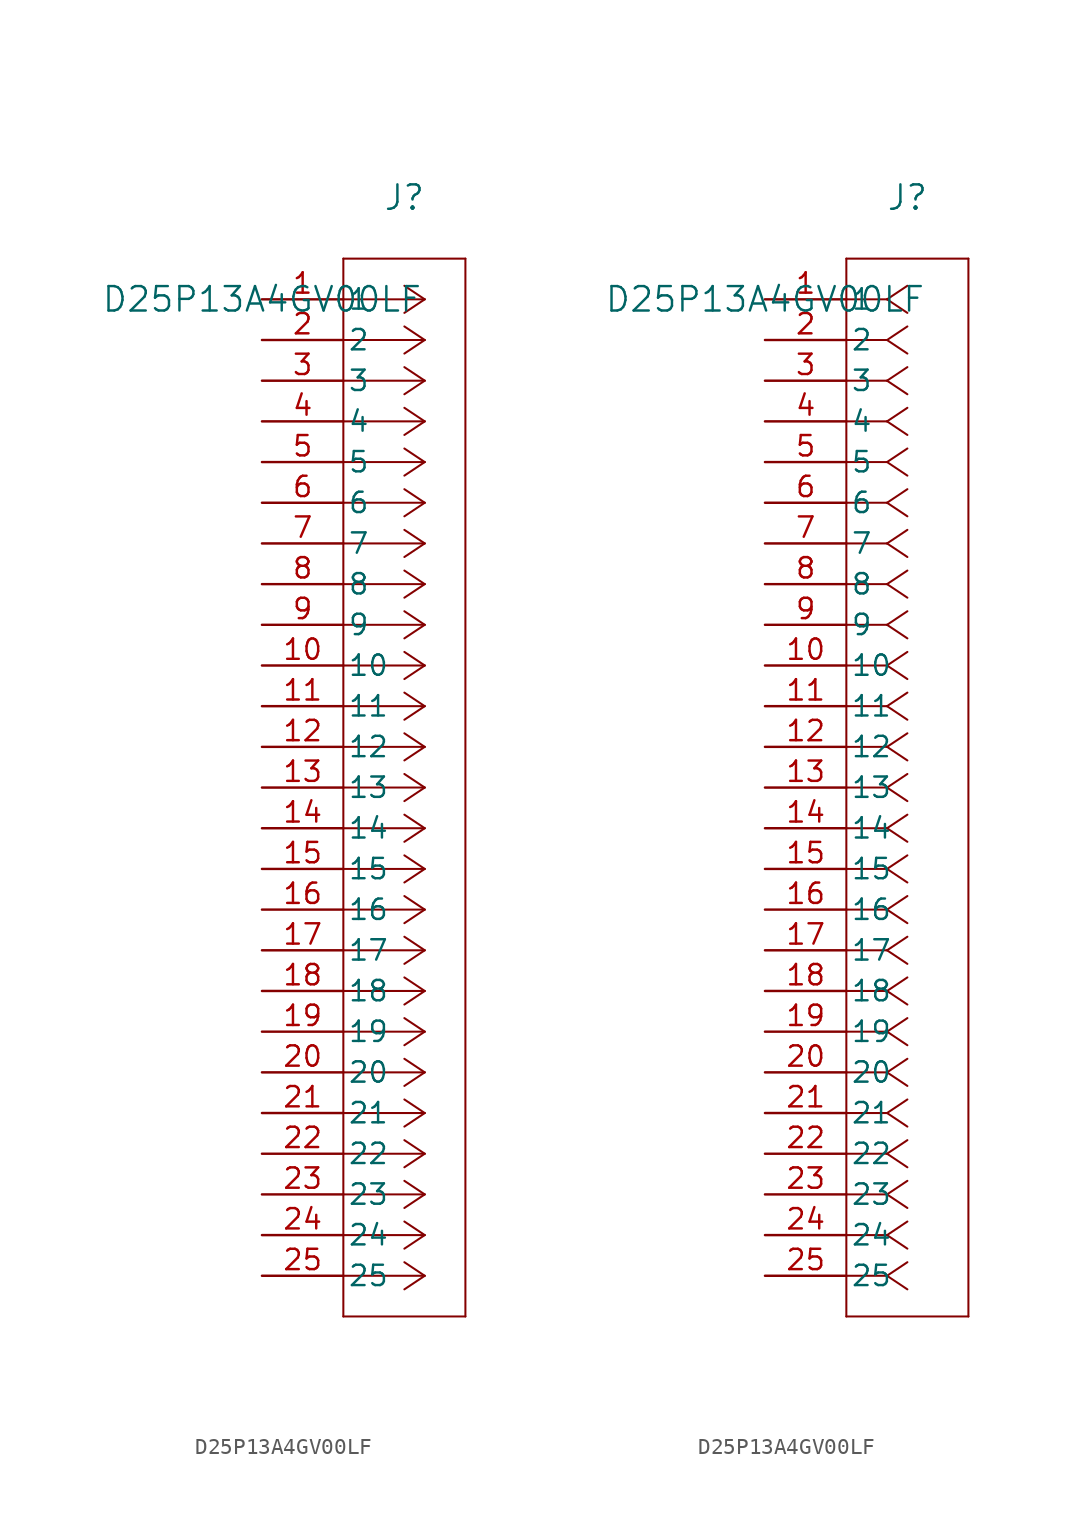
<source format=kicad_sym>
(kicad_symbol_lib
  (version 20211014)
  (generator kicad_symbol_editor)
  (symbol "D25P13A4GV00LF"
    (pin_names
      (offset 0.254))
    (property "Reference" "J"
      (at 8.89 6.35 0)
      (effects (font (size 1.524 1.524))))
    (property "Value" "D25P13A4GV00LF"
      (at 0 0 0)
      (effects (font (size 1.524 1.524))))
    (symbol "D25P13A4GV00LF_1_1"
      (polyline (pts (xy 10.16 0) (xy 5.08 0)) (stroke (width 0.127) (type default) (color 0 0 0 0)) (fill (type none)))
      (polyline (pts (xy 10.16 -2.54) (xy 5.08 -2.54)) (stroke (width 0.127) (type default) (color 0 0 0 0)) (fill (type none)))
      (polyline (pts (xy 10.16 -5.08) (xy 5.08 -5.08)) (stroke (width 0.127) (type default) (color 0 0 0 0)) (fill (type none)))
      (polyline (pts (xy 10.16 -7.62) (xy 5.08 -7.62)) (stroke (width 0.127) (type default) (color 0 0 0 0)) (fill (type none)))
      (polyline (pts (xy 10.16 -10.16) (xy 5.08 -10.16)) (stroke (width 0.127) (type default) (color 0 0 0 0)) (fill (type none)))
      (polyline (pts (xy 10.16 -12.7) (xy 5.08 -12.7)) (stroke (width 0.127) (type default) (color 0 0 0 0)) (fill (type none)))
      (polyline (pts (xy 10.16 -15.24) (xy 5.08 -15.24)) (stroke (width 0.127) (type default) (color 0 0 0 0)) (fill (type none)))
      (polyline (pts (xy 10.16 -17.78) (xy 5.08 -17.78)) (stroke (width 0.127) (type default) (color 0 0 0 0)) (fill (type none)))
      (polyline (pts (xy 10.16 -20.32) (xy 5.08 -20.32)) (stroke (width 0.127) (type default) (color 0 0 0 0)) (fill (type none)))
      (polyline (pts (xy 10.16 -22.86) (xy 5.08 -22.86)) (stroke (width 0.127) (type default) (color 0 0 0 0)) (fill (type none)))
      (polyline (pts (xy 10.16 -25.4) (xy 5.08 -25.4)) (stroke (width 0.127) (type default) (color 0 0 0 0)) (fill (type none)))
      (polyline (pts (xy 10.16 -27.94) (xy 5.08 -27.94)) (stroke (width 0.127) (type default) (color 0 0 0 0)) (fill (type none)))
      (polyline (pts (xy 10.16 -30.48) (xy 5.08 -30.48)) (stroke (width 0.127) (type default) (color 0 0 0 0)) (fill (type none)))
      (polyline (pts (xy 10.16 -33.02) (xy 5.08 -33.02)) (stroke (width 0.127) (type default) (color 0 0 0 0)) (fill (type none)))
      (polyline (pts (xy 10.16 -35.56) (xy 5.08 -35.56)) (stroke (width 0.127) (type default) (color 0 0 0 0)) (fill (type none)))
      (polyline (pts (xy 10.16 -38.1) (xy 5.08 -38.1)) (stroke (width 0.127) (type default) (color 0 0 0 0)) (fill (type none)))
      (polyline (pts (xy 10.16 -40.64) (xy 5.08 -40.64)) (stroke (width 0.127) (type default) (color 0 0 0 0)) (fill (type none)))
      (polyline (pts (xy 10.16 -43.18) (xy 5.08 -43.18)) (stroke (width 0.127) (type default) (color 0 0 0 0)) (fill (type none)))
      (polyline (pts (xy 10.16 -45.72) (xy 5.08 -45.72)) (stroke (width 0.127) (type default) (color 0 0 0 0)) (fill (type none)))
      (polyline (pts (xy 10.16 -48.26) (xy 5.08 -48.26)) (stroke (width 0.127) (type default) (color 0 0 0 0)) (fill (type none)))
      (polyline (pts (xy 10.16 -50.8) (xy 5.08 -50.8)) (stroke (width 0.127) (type default) (color 0 0 0 0)) (fill (type none)))
      (polyline (pts (xy 10.16 -53.34) (xy 5.08 -53.34)) (stroke (width 0.127) (type default) (color 0 0 0 0)) (fill (type none)))
      (polyline (pts (xy 10.16 -55.88) (xy 5.08 -55.88)) (stroke (width 0.127) (type default) (color 0 0 0 0)) (fill (type none)))
      (polyline (pts (xy 10.16 -58.42) (xy 5.08 -58.42)) (stroke (width 0.127) (type default) (color 0 0 0 0)) (fill (type none)))
      (polyline (pts (xy 10.16 -60.96) (xy 5.08 -60.96)) (stroke (width 0.127) (type default) (color 0 0 0 0)) (fill (type none)))
      (polyline (pts (xy 10.16 0) (xy 8.89 0.847)) (stroke (width 0.127) (type default) (color 0 0 0 0)) (fill (type none)))
      (polyline (pts (xy 10.16 -2.54) (xy 8.89 -1.693)) (stroke (width 0.127) (type default) (color 0 0 0 0)) (fill (type none)))
      (polyline (pts (xy 10.16 -5.08) (xy 8.89 -4.233)) (stroke (width 0.127) (type default) (color 0 0 0 0)) (fill (type none)))
      (polyline (pts (xy 10.16 -7.62) (xy 8.89 -6.773)) (stroke (width 0.127) (type default) (color 0 0 0 0)) (fill (type none)))
      (polyline (pts (xy 10.16 -10.16) (xy 8.89 -9.313)) (stroke (width 0.127) (type default) (color 0 0 0 0)) (fill (type none)))
      (polyline (pts (xy 10.16 -12.7) (xy 8.89 -11.853)) (stroke (width 0.127) (type default) (color 0 0 0 0)) (fill (type none)))
      (polyline (pts (xy 10.16 -15.24) (xy 8.89 -14.393)) (stroke (width 0.127) (type default) (color 0 0 0 0)) (fill (type none)))
      (polyline (pts (xy 10.16 -17.78) (xy 8.89 -16.933)) (stroke (width 0.127) (type default) (color 0 0 0 0)) (fill (type none)))
      (polyline (pts (xy 10.16 -20.32) (xy 8.89 -19.473)) (stroke (width 0.127) (type default) (color 0 0 0 0)) (fill (type none)))
      (polyline (pts (xy 10.16 -22.86) (xy 8.89 -22.013)) (stroke (width 0.127) (type default) (color 0 0 0 0)) (fill (type none)))
      (polyline (pts (xy 10.16 -25.4) (xy 8.89 -24.553)) (stroke (width 0.127) (type default) (color 0 0 0 0)) (fill (type none)))
      (polyline (pts (xy 10.16 -27.94) (xy 8.89 -27.093)) (stroke (width 0.127) (type default) (color 0 0 0 0)) (fill (type none)))
      (polyline (pts (xy 10.16 -30.48) (xy 8.89 -29.633)) (stroke (width 0.127) (type default) (color 0 0 0 0)) (fill (type none)))
      (polyline (pts (xy 10.16 -33.02) (xy 8.89 -32.173)) (stroke (width 0.127) (type default) (color 0 0 0 0)) (fill (type none)))
      (polyline (pts (xy 10.16 -35.56) (xy 8.89 -34.713)) (stroke (width 0.127) (type default) (color 0 0 0 0)) (fill (type none)))
      (polyline (pts (xy 10.16 -38.1) (xy 8.89 -37.253)) (stroke (width 0.127) (type default) (color 0 0 0 0)) (fill (type none)))
      (polyline (pts (xy 10.16 -40.64) (xy 8.89 -39.793)) (stroke (width 0.127) (type default) (color 0 0 0 0)) (fill (type none)))
      (polyline (pts (xy 10.16 -43.18) (xy 8.89 -42.333)) (stroke (width 0.127) (type default) (color 0 0 0 0)) (fill (type none)))
      (polyline (pts (xy 10.16 -45.72) (xy 8.89 -44.873)) (stroke (width 0.127) (type default) (color 0 0 0 0)) (fill (type none)))
      (polyline (pts (xy 10.16 -48.26) (xy 8.89 -47.413)) (stroke (width 0.127) (type default) (color 0 0 0 0)) (fill (type none)))
      (polyline (pts (xy 10.16 -50.8) (xy 8.89 -49.953)) (stroke (width 0.127) (type default) (color 0 0 0 0)) (fill (type none)))
      (polyline (pts (xy 10.16 -53.34) (xy 8.89 -52.493)) (stroke (width 0.127) (type default) (color 0 0 0 0)) (fill (type none)))
      (polyline (pts (xy 10.16 -55.88) (xy 8.89 -55.033)) (stroke (width 0.127) (type default) (color 0 0 0 0)) (fill (type none)))
      (polyline (pts (xy 10.16 -58.42) (xy 8.89 -57.573)) (stroke (width 0.127) (type default) (color 0 0 0 0)) (fill (type none)))
      (polyline (pts (xy 10.16 -60.96) (xy 8.89 -60.113)) (stroke (width 0.127) (type default) (color 0 0 0 0)) (fill (type none)))
      (polyline (pts (xy 10.16 0) (xy 8.89 -0.847)) (stroke (width 0.127) (type default) (color 0 0 0 0)) (fill (type none)))
      (polyline (pts (xy 10.16 -2.54) (xy 8.89 -3.387)) (stroke (width 0.127) (type default) (color 0 0 0 0)) (fill (type none)))
      (polyline (pts (xy 10.16 -5.08) (xy 8.89 -5.927)) (stroke (width 0.127) (type default) (color 0 0 0 0)) (fill (type none)))
      (polyline (pts (xy 10.16 -7.62) (xy 8.89 -8.467)) (stroke (width 0.127) (type default) (color 0 0 0 0)) (fill (type none)))
      (polyline (pts (xy 10.16 -10.16) (xy 8.89 -11.007)) (stroke (width 0.127) (type default) (color 0 0 0 0)) (fill (type none)))
      (polyline (pts (xy 10.16 -12.7) (xy 8.89 -13.547)) (stroke (width 0.127) (type default) (color 0 0 0 0)) (fill (type none)))
      (polyline (pts (xy 10.16 -15.24) (xy 8.89 -16.087)) (stroke (width 0.127) (type default) (color 0 0 0 0)) (fill (type none)))
      (polyline (pts (xy 10.16 -17.78) (xy 8.89 -18.627)) (stroke (width 0.127) (type default) (color 0 0 0 0)) (fill (type none)))
      (polyline (pts (xy 10.16 -20.32) (xy 8.89 -21.167)) (stroke (width 0.127) (type default) (color 0 0 0 0)) (fill (type none)))
      (polyline (pts (xy 10.16 -22.86) (xy 8.89 -23.707)) (stroke (width 0.127) (type default) (color 0 0 0 0)) (fill (type none)))
      (polyline (pts (xy 10.16 -25.4) (xy 8.89 -26.247)) (stroke (width 0.127) (type default) (color 0 0 0 0)) (fill (type none)))
      (polyline (pts (xy 10.16 -27.94) (xy 8.89 -28.787)) (stroke (width 0.127) (type default) (color 0 0 0 0)) (fill (type none)))
      (polyline (pts (xy 10.16 -30.48) (xy 8.89 -31.327)) (stroke (width 0.127) (type default) (color 0 0 0 0)) (fill (type none)))
      (polyline (pts (xy 10.16 -33.02) (xy 8.89 -33.867)) (stroke (width 0.127) (type default) (color 0 0 0 0)) (fill (type none)))
      (polyline (pts (xy 10.16 -35.56) (xy 8.89 -36.407)) (stroke (width 0.127) (type default) (color 0 0 0 0)) (fill (type none)))
      (polyline (pts (xy 10.16 -38.1) (xy 8.89 -38.947)) (stroke (width 0.127) (type default) (color 0 0 0 0)) (fill (type none)))
      (polyline (pts (xy 10.16 -40.64) (xy 8.89 -41.487)) (stroke (width 0.127) (type default) (color 0 0 0 0)) (fill (type none)))
      (polyline (pts (xy 10.16 -43.18) (xy 8.89 -44.027)) (stroke (width 0.127) (type default) (color 0 0 0 0)) (fill (type none)))
      (polyline (pts (xy 10.16 -45.72) (xy 8.89 -46.567)) (stroke (width 0.127) (type default) (color 0 0 0 0)) (fill (type none)))
      (polyline (pts (xy 10.16 -48.26) (xy 8.89 -49.107)) (stroke (width 0.127) (type default) (color 0 0 0 0)) (fill (type none)))
      (polyline (pts (xy 10.16 -50.8) (xy 8.89 -51.647)) (stroke (width 0.127) (type default) (color 0 0 0 0)) (fill (type none)))
      (polyline (pts (xy 10.16 -53.34) (xy 8.89 -54.187)) (stroke (width 0.127) (type default) (color 0 0 0 0)) (fill (type none)))
      (polyline (pts (xy 10.16 -55.88) (xy 8.89 -56.727)) (stroke (width 0.127) (type default) (color 0 0 0 0)) (fill (type none)))
      (polyline (pts (xy 10.16 -58.42) (xy 8.89 -59.267)) (stroke (width 0.127) (type default) (color 0 0 0 0)) (fill (type none)))
      (polyline (pts (xy 10.16 -60.96) (xy 8.89 -61.807)) (stroke (width 0.127) (type default) (color 0 0 0 0)) (fill (type none)))
      (polyline (pts (xy 5.08 2.54) (xy 5.08 -63.5)) (stroke (width 0.127) (type default) (color 0 0 0 0)) (fill (type none)))
      (polyline (pts (xy 5.08 -63.5) (xy 12.7 -63.5)) (stroke (width 0.127) (type default) (color 0 0 0 0)) (fill (type none)))
      (polyline (pts (xy 12.7 -63.5) (xy 12.7 2.54)) (stroke (width 0.127) (type default) (color 0 0 0 0)) (fill (type none)))
      (polyline (pts (xy 12.7 2.54) (xy 5.08 2.54)) (stroke (width 0.127) (type default) (color 0 0 0 0)) (fill (type none)))
      (pin unspecified line (at 0 0 0) (length 5.08) (name "1" (effects (font (size 1.27 1.27)))) (number "1" (effects (font (size 1.27 1.27)))))
      (pin unspecified line (at 0 -2.54 0) (length 5.08) (name "2" (effects (font (size 1.27 1.27)))) (number "2" (effects (font (size 1.27 1.27)))))
      (pin unspecified line (at 0 -5.08 0) (length 5.08) (name "3" (effects (font (size 1.27 1.27)))) (number "3" (effects (font (size 1.27 1.27)))))
      (pin unspecified line (at 0 -7.62 0) (length 5.08) (name "4" (effects (font (size 1.27 1.27)))) (number "4" (effects (font (size 1.27 1.27)))))
      (pin unspecified line (at 0 -10.16 0) (length 5.08) (name "5" (effects (font (size 1.27 1.27)))) (number "5" (effects (font (size 1.27 1.27)))))
      (pin unspecified line (at 0 -12.7 0) (length 5.08) (name "6" (effects (font (size 1.27 1.27)))) (number "6" (effects (font (size 1.27 1.27)))))
      (pin unspecified line (at 0 -15.24 0) (length 5.08) (name "7" (effects (font (size 1.27 1.27)))) (number "7" (effects (font (size 1.27 1.27)))))
      (pin unspecified line (at 0 -17.78 0) (length 5.08) (name "8" (effects (font (size 1.27 1.27)))) (number "8" (effects (font (size 1.27 1.27)))))
      (pin unspecified line (at 0 -20.32 0) (length 5.08) (name "9" (effects (font (size 1.27 1.27)))) (number "9" (effects (font (size 1.27 1.27)))))
      (pin unspecified line (at 0 -22.86 0) (length 5.08) (name "10" (effects (font (size 1.27 1.27)))) (number "10" (effects (font (size 1.27 1.27)))))
      (pin unspecified line (at 0 -25.4 0) (length 5.08) (name "11" (effects (font (size 1.27 1.27)))) (number "11" (effects (font (size 1.27 1.27)))))
      (pin unspecified line (at 0 -27.94 0) (length 5.08) (name "12" (effects (font (size 1.27 1.27)))) (number "12" (effects (font (size 1.27 1.27)))))
      (pin unspecified line (at 0 -30.48 0) (length 5.08) (name "13" (effects (font (size 1.27 1.27)))) (number "13" (effects (font (size 1.27 1.27)))))
      (pin unspecified line (at 0 -33.02 0) (length 5.08) (name "14" (effects (font (size 1.27 1.27)))) (number "14" (effects (font (size 1.27 1.27)))))
      (pin unspecified line (at 0 -35.56 0) (length 5.08) (name "15" (effects (font (size 1.27 1.27)))) (number "15" (effects (font (size 1.27 1.27)))))
      (pin unspecified line (at 0 -38.1 0) (length 5.08) (name "16" (effects (font (size 1.27 1.27)))) (number "16" (effects (font (size 1.27 1.27)))))
      (pin unspecified line (at 0 -40.64 0) (length 5.08) (name "17" (effects (font (size 1.27 1.27)))) (number "17" (effects (font (size 1.27 1.27)))))
      (pin unspecified line (at 0 -43.18 0) (length 5.08) (name "18" (effects (font (size 1.27 1.27)))) (number "18" (effects (font (size 1.27 1.27)))))
      (pin unspecified line (at 0 -45.72 0) (length 5.08) (name "19" (effects (font (size 1.27 1.27)))) (number "19" (effects (font (size 1.27 1.27)))))
      (pin unspecified line (at 0 -48.26 0) (length 5.08) (name "20" (effects (font (size 1.27 1.27)))) (number "20" (effects (font (size 1.27 1.27)))))
      (pin unspecified line (at 0 -50.8 0) (length 5.08) (name "21" (effects (font (size 1.27 1.27)))) (number "21" (effects (font (size 1.27 1.27)))))
      (pin unspecified line (at 0 -53.34 0) (length 5.08) (name "22" (effects (font (size 1.27 1.27)))) (number "22" (effects (font (size 1.27 1.27)))))
      (pin unspecified line (at 0 -55.88 0) (length 5.08) (name "23" (effects (font (size 1.27 1.27)))) (number "23" (effects (font (size 1.27 1.27)))))
      (pin unspecified line (at 0 -58.42 0) (length 5.08) (name "24" (effects (font (size 1.27 1.27)))) (number "24" (effects (font (size 1.27 1.27)))))
      (pin unspecified line (at 0 -60.96 0) (length 5.08) (name "25" (effects (font (size 1.27 1.27)))) (number "25" (effects (font (size 1.27 1.27))))))
    (symbol "D25P13A4GV00LF_1_2"
      (polyline (pts (xy 7.62 0) (xy 5.08 0)) (stroke (width 0.127) (type default) (color 0 0 0 0)) (fill (type none)))
      (polyline (pts (xy 7.62 -2.54) (xy 5.08 -2.54)) (stroke (width 0.127) (type default) (color 0 0 0 0)) (fill (type none)))
      (polyline (pts (xy 7.62 -5.08) (xy 5.08 -5.08)) (stroke (width 0.127) (type default) (color 0 0 0 0)) (fill (type none)))
      (polyline (pts (xy 7.62 -7.62) (xy 5.08 -7.62)) (stroke (width 0.127) (type default) (color 0 0 0 0)) (fill (type none)))
      (polyline (pts (xy 7.62 -10.16) (xy 5.08 -10.16)) (stroke (width 0.127) (type default) (color 0 0 0 0)) (fill (type none)))
      (polyline (pts (xy 7.62 -12.7) (xy 5.08 -12.7)) (stroke (width 0.127) (type default) (color 0 0 0 0)) (fill (type none)))
      (polyline (pts (xy 7.62 -15.24) (xy 5.08 -15.24)) (stroke (width 0.127) (type default) (color 0 0 0 0)) (fill (type none)))
      (polyline (pts (xy 7.62 -17.78) (xy 5.08 -17.78)) (stroke (width 0.127) (type default) (color 0 0 0 0)) (fill (type none)))
      (polyline (pts (xy 7.62 -20.32) (xy 5.08 -20.32)) (stroke (width 0.127) (type default) (color 0 0 0 0)) (fill (type none)))
      (polyline (pts (xy 7.62 -22.86) (xy 5.08 -22.86)) (stroke (width 0.127) (type default) (color 0 0 0 0)) (fill (type none)))
      (polyline (pts (xy 7.62 -25.4) (xy 5.08 -25.4)) (stroke (width 0.127) (type default) (color 0 0 0 0)) (fill (type none)))
      (polyline (pts (xy 7.62 -27.94) (xy 5.08 -27.94)) (stroke (width 0.127) (type default) (color 0 0 0 0)) (fill (type none)))
      (polyline (pts (xy 7.62 -30.48) (xy 5.08 -30.48)) (stroke (width 0.127) (type default) (color 0 0 0 0)) (fill (type none)))
      (polyline (pts (xy 7.62 -33.02) (xy 5.08 -33.02)) (stroke (width 0.127) (type default) (color 0 0 0 0)) (fill (type none)))
      (polyline (pts (xy 7.62 -35.56) (xy 5.08 -35.56)) (stroke (width 0.127) (type default) (color 0 0 0 0)) (fill (type none)))
      (polyline (pts (xy 7.62 -38.1) (xy 5.08 -38.1)) (stroke (width 0.127) (type default) (color 0 0 0 0)) (fill (type none)))
      (polyline (pts (xy 7.62 -40.64) (xy 5.08 -40.64)) (stroke (width 0.127) (type default) (color 0 0 0 0)) (fill (type none)))
      (polyline (pts (xy 7.62 -43.18) (xy 5.08 -43.18)) (stroke (width 0.127) (type default) (color 0 0 0 0)) (fill (type none)))
      (polyline (pts (xy 7.62 -45.72) (xy 5.08 -45.72)) (stroke (width 0.127) (type default) (color 0 0 0 0)) (fill (type none)))
      (polyline (pts (xy 7.62 -48.26) (xy 5.08 -48.26)) (stroke (width 0.127) (type default) (color 0 0 0 0)) (fill (type none)))
      (polyline (pts (xy 7.62 -50.8) (xy 5.08 -50.8)) (stroke (width 0.127) (type default) (color 0 0 0 0)) (fill (type none)))
      (polyline (pts (xy 7.62 -53.34) (xy 5.08 -53.34)) (stroke (width 0.127) (type default) (color 0 0 0 0)) (fill (type none)))
      (polyline (pts (xy 7.62 -55.88) (xy 5.08 -55.88)) (stroke (width 0.127) (type default) (color 0 0 0 0)) (fill (type none)))
      (polyline (pts (xy 7.62 -58.42) (xy 5.08 -58.42)) (stroke (width 0.127) (type default) (color 0 0 0 0)) (fill (type none)))
      (polyline (pts (xy 7.62 -60.96) (xy 5.08 -60.96)) (stroke (width 0.127) (type default) (color 0 0 0 0)) (fill (type none)))
      (polyline (pts (xy 7.62 0) (xy 8.89 0.847)) (stroke (width 0.127) (type default) (color 0 0 0 0)) (fill (type none)))
      (polyline (pts (xy 7.62 -2.54) (xy 8.89 -1.693)) (stroke (width 0.127) (type default) (color 0 0 0 0)) (fill (type none)))
      (polyline (pts (xy 7.62 -5.08) (xy 8.89 -4.233)) (stroke (width 0.127) (type default) (color 0 0 0 0)) (fill (type none)))
      (polyline (pts (xy 7.62 -7.62) (xy 8.89 -6.773)) (stroke (width 0.127) (type default) (color 0 0 0 0)) (fill (type none)))
      (polyline (pts (xy 7.62 -10.16) (xy 8.89 -9.313)) (stroke (width 0.127) (type default) (color 0 0 0 0)) (fill (type none)))
      (polyline (pts (xy 7.62 -12.7) (xy 8.89 -11.853)) (stroke (width 0.127) (type default) (color 0 0 0 0)) (fill (type none)))
      (polyline (pts (xy 7.62 -15.24) (xy 8.89 -14.393)) (stroke (width 0.127) (type default) (color 0 0 0 0)) (fill (type none)))
      (polyline (pts (xy 7.62 -17.78) (xy 8.89 -16.933)) (stroke (width 0.127) (type default) (color 0 0 0 0)) (fill (type none)))
      (polyline (pts (xy 7.62 -20.32) (xy 8.89 -19.473)) (stroke (width 0.127) (type default) (color 0 0 0 0)) (fill (type none)))
      (polyline (pts (xy 7.62 -22.86) (xy 8.89 -22.013)) (stroke (width 0.127) (type default) (color 0 0 0 0)) (fill (type none)))
      (polyline (pts (xy 7.62 -25.4) (xy 8.89 -24.553)) (stroke (width 0.127) (type default) (color 0 0 0 0)) (fill (type none)))
      (polyline (pts (xy 7.62 -27.94) (xy 8.89 -27.093)) (stroke (width 0.127) (type default) (color 0 0 0 0)) (fill (type none)))
      (polyline (pts (xy 7.62 -30.48) (xy 8.89 -29.633)) (stroke (width 0.127) (type default) (color 0 0 0 0)) (fill (type none)))
      (polyline (pts (xy 7.62 -33.02) (xy 8.89 -32.173)) (stroke (width 0.127) (type default) (color 0 0 0 0)) (fill (type none)))
      (polyline (pts (xy 7.62 -35.56) (xy 8.89 -34.713)) (stroke (width 0.127) (type default) (color 0 0 0 0)) (fill (type none)))
      (polyline (pts (xy 7.62 -38.1) (xy 8.89 -37.253)) (stroke (width 0.127) (type default) (color 0 0 0 0)) (fill (type none)))
      (polyline (pts (xy 7.62 -40.64) (xy 8.89 -39.793)) (stroke (width 0.127) (type default) (color 0 0 0 0)) (fill (type none)))
      (polyline (pts (xy 7.62 -43.18) (xy 8.89 -42.333)) (stroke (width 0.127) (type default) (color 0 0 0 0)) (fill (type none)))
      (polyline (pts (xy 7.62 -45.72) (xy 8.89 -44.873)) (stroke (width 0.127) (type default) (color 0 0 0 0)) (fill (type none)))
      (polyline (pts (xy 7.62 -48.26) (xy 8.89 -47.413)) (stroke (width 0.127) (type default) (color 0 0 0 0)) (fill (type none)))
      (polyline (pts (xy 7.62 -50.8) (xy 8.89 -49.953)) (stroke (width 0.127) (type default) (color 0 0 0 0)) (fill (type none)))
      (polyline (pts (xy 7.62 -53.34) (xy 8.89 -52.493)) (stroke (width 0.127) (type default) (color 0 0 0 0)) (fill (type none)))
      (polyline (pts (xy 7.62 -55.88) (xy 8.89 -55.033)) (stroke (width 0.127) (type default) (color 0 0 0 0)) (fill (type none)))
      (polyline (pts (xy 7.62 -58.42) (xy 8.89 -57.573)) (stroke (width 0.127) (type default) (color 0 0 0 0)) (fill (type none)))
      (polyline (pts (xy 7.62 -60.96) (xy 8.89 -60.113)) (stroke (width 0.127) (type default) (color 0 0 0 0)) (fill (type none)))
      (polyline (pts (xy 7.62 0) (xy 8.89 -0.847)) (stroke (width 0.127) (type default) (color 0 0 0 0)) (fill (type none)))
      (polyline (pts (xy 7.62 -2.54) (xy 8.89 -3.387)) (stroke (width 0.127) (type default) (color 0 0 0 0)) (fill (type none)))
      (polyline (pts (xy 7.62 -5.08) (xy 8.89 -5.927)) (stroke (width 0.127) (type default) (color 0 0 0 0)) (fill (type none)))
      (polyline (pts (xy 7.62 -7.62) (xy 8.89 -8.467)) (stroke (width 0.127) (type default) (color 0 0 0 0)) (fill (type none)))
      (polyline (pts (xy 7.62 -10.16) (xy 8.89 -11.007)) (stroke (width 0.127) (type default) (color 0 0 0 0)) (fill (type none)))
      (polyline (pts (xy 7.62 -12.7) (xy 8.89 -13.547)) (stroke (width 0.127) (type default) (color 0 0 0 0)) (fill (type none)))
      (polyline (pts (xy 7.62 -15.24) (xy 8.89 -16.087)) (stroke (width 0.127) (type default) (color 0 0 0 0)) (fill (type none)))
      (polyline (pts (xy 7.62 -17.78) (xy 8.89 -18.627)) (stroke (width 0.127) (type default) (color 0 0 0 0)) (fill (type none)))
      (polyline (pts (xy 7.62 -20.32) (xy 8.89 -21.167)) (stroke (width 0.127) (type default) (color 0 0 0 0)) (fill (type none)))
      (polyline (pts (xy 7.62 -22.86) (xy 8.89 -23.707)) (stroke (width 0.127) (type default) (color 0 0 0 0)) (fill (type none)))
      (polyline (pts (xy 7.62 -25.4) (xy 8.89 -26.247)) (stroke (width 0.127) (type default) (color 0 0 0 0)) (fill (type none)))
      (polyline (pts (xy 7.62 -27.94) (xy 8.89 -28.787)) (stroke (width 0.127) (type default) (color 0 0 0 0)) (fill (type none)))
      (polyline (pts (xy 7.62 -30.48) (xy 8.89 -31.327)) (stroke (width 0.127) (type default) (color 0 0 0 0)) (fill (type none)))
      (polyline (pts (xy 7.62 -33.02) (xy 8.89 -33.867)) (stroke (width 0.127) (type default) (color 0 0 0 0)) (fill (type none)))
      (polyline (pts (xy 7.62 -35.56) (xy 8.89 -36.407)) (stroke (width 0.127) (type default) (color 0 0 0 0)) (fill (type none)))
      (polyline (pts (xy 7.62 -38.1) (xy 8.89 -38.947)) (stroke (width 0.127) (type default) (color 0 0 0 0)) (fill (type none)))
      (polyline (pts (xy 7.62 -40.64) (xy 8.89 -41.487)) (stroke (width 0.127) (type default) (color 0 0 0 0)) (fill (type none)))
      (polyline (pts (xy 7.62 -43.18) (xy 8.89 -44.027)) (stroke (width 0.127) (type default) (color 0 0 0 0)) (fill (type none)))
      (polyline (pts (xy 7.62 -45.72) (xy 8.89 -46.567)) (stroke (width 0.127) (type default) (color 0 0 0 0)) (fill (type none)))
      (polyline (pts (xy 7.62 -48.26) (xy 8.89 -49.107)) (stroke (width 0.127) (type default) (color 0 0 0 0)) (fill (type none)))
      (polyline (pts (xy 7.62 -50.8) (xy 8.89 -51.647)) (stroke (width 0.127) (type default) (color 0 0 0 0)) (fill (type none)))
      (polyline (pts (xy 7.62 -53.34) (xy 8.89 -54.187)) (stroke (width 0.127) (type default) (color 0 0 0 0)) (fill (type none)))
      (polyline (pts (xy 7.62 -55.88) (xy 8.89 -56.727)) (stroke (width 0.127) (type default) (color 0 0 0 0)) (fill (type none)))
      (polyline (pts (xy 7.62 -58.42) (xy 8.89 -59.267)) (stroke (width 0.127) (type default) (color 0 0 0 0)) (fill (type none)))
      (polyline (pts (xy 7.62 -60.96) (xy 8.89 -61.807)) (stroke (width 0.127) (type default) (color 0 0 0 0)) (fill (type none)))
      (polyline (pts (xy 5.08 2.54) (xy 5.08 -63.5)) (stroke (width 0.127) (type default) (color 0 0 0 0)) (fill (type none)))
      (polyline (pts (xy 5.08 -63.5) (xy 12.7 -63.5)) (stroke (width 0.127) (type default) (color 0 0 0 0)) (fill (type none)))
      (polyline (pts (xy 12.7 -63.5) (xy 12.7 2.54)) (stroke (width 0.127) (type default) (color 0 0 0 0)) (fill (type none)))
      (polyline (pts (xy 12.7 2.54) (xy 5.08 2.54)) (stroke (width 0.127) (type default) (color 0 0 0 0)) (fill (type none)))
      (pin unspecified line (at 0 0 0) (length 5.08) (name "1" (effects (font (size 1.27 1.27)))) (number "1" (effects (font (size 1.27 1.27)))))
      (pin unspecified line (at 0 -2.54 0) (length 5.08) (name "2" (effects (font (size 1.27 1.27)))) (number "2" (effects (font (size 1.27 1.27)))))
      (pin unspecified line (at 0 -5.08 0) (length 5.08) (name "3" (effects (font (size 1.27 1.27)))) (number "3" (effects (font (size 1.27 1.27)))))
      (pin unspecified line (at 0 -7.62 0) (length 5.08) (name "4" (effects (font (size 1.27 1.27)))) (number "4" (effects (font (size 1.27 1.27)))))
      (pin unspecified line (at 0 -10.16 0) (length 5.08) (name "5" (effects (font (size 1.27 1.27)))) (number "5" (effects (font (size 1.27 1.27)))))
      (pin unspecified line (at 0 -12.7 0) (length 5.08) (name "6" (effects (font (size 1.27 1.27)))) (number "6" (effects (font (size 1.27 1.27)))))
      (pin unspecified line (at 0 -15.24 0) (length 5.08) (name "7" (effects (font (size 1.27 1.27)))) (number "7" (effects (font (size 1.27 1.27)))))
      (pin unspecified line (at 0 -17.78 0) (length 5.08) (name "8" (effects (font (size 1.27 1.27)))) (number "8" (effects (font (size 1.27 1.27)))))
      (pin unspecified line (at 0 -20.32 0) (length 5.08) (name "9" (effects (font (size 1.27 1.27)))) (number "9" (effects (font (size 1.27 1.27)))))
      (pin unspecified line (at 0 -22.86 0) (length 5.08) (name "10" (effects (font (size 1.27 1.27)))) (number "10" (effects (font (size 1.27 1.27)))))
      (pin unspecified line (at 0 -25.4 0) (length 5.08) (name "11" (effects (font (size 1.27 1.27)))) (number "11" (effects (font (size 1.27 1.27)))))
      (pin unspecified line (at 0 -27.94 0) (length 5.08) (name "12" (effects (font (size 1.27 1.27)))) (number "12" (effects (font (size 1.27 1.27)))))
      (pin unspecified line (at 0 -30.48 0) (length 5.08) (name "13" (effects (font (size 1.27 1.27)))) (number "13" (effects (font (size 1.27 1.27)))))
      (pin unspecified line (at 0 -33.02 0) (length 5.08) (name "14" (effects (font (size 1.27 1.27)))) (number "14" (effects (font (size 1.27 1.27)))))
      (pin unspecified line (at 0 -35.56 0) (length 5.08) (name "15" (effects (font (size 1.27 1.27)))) (number "15" (effects (font (size 1.27 1.27)))))
      (pin unspecified line (at 0 -38.1 0) (length 5.08) (name "16" (effects (font (size 1.27 1.27)))) (number "16" (effects (font (size 1.27 1.27)))))
      (pin unspecified line (at 0 -40.64 0) (length 5.08) (name "17" (effects (font (size 1.27 1.27)))) (number "17" (effects (font (size 1.27 1.27)))))
      (pin unspecified line (at 0 -43.18 0) (length 5.08) (name "18" (effects (font (size 1.27 1.27)))) (number "18" (effects (font (size 1.27 1.27)))))
      (pin unspecified line (at 0 -45.72 0) (length 5.08) (name "19" (effects (font (size 1.27 1.27)))) (number "19" (effects (font (size 1.27 1.27)))))
      (pin unspecified line (at 0 -48.26 0) (length 5.08) (name "20" (effects (font (size 1.27 1.27)))) (number "20" (effects (font (size 1.27 1.27)))))
      (pin unspecified line (at 0 -50.8 0) (length 5.08) (name "21" (effects (font (size 1.27 1.27)))) (number "21" (effects (font (size 1.27 1.27)))))
      (pin unspecified line (at 0 -53.34 0) (length 5.08) (name "22" (effects (font (size 1.27 1.27)))) (number "22" (effects (font (size 1.27 1.27)))))
      (pin unspecified line (at 0 -55.88 0) (length 5.08) (name "23" (effects (font (size 1.27 1.27)))) (number "23" (effects (font (size 1.27 1.27)))))
      (pin unspecified line (at 0 -58.42 0) (length 5.08) (name "24" (effects (font (size 1.27 1.27)))) (number "24" (effects (font (size 1.27 1.27)))))
      (pin unspecified line (at 0 -60.96 0) (length 5.08) (name "25" (effects (font (size 1.27 1.27)))) (number "25" (effects (font (size 1.27 1.27))))))))
</source>
